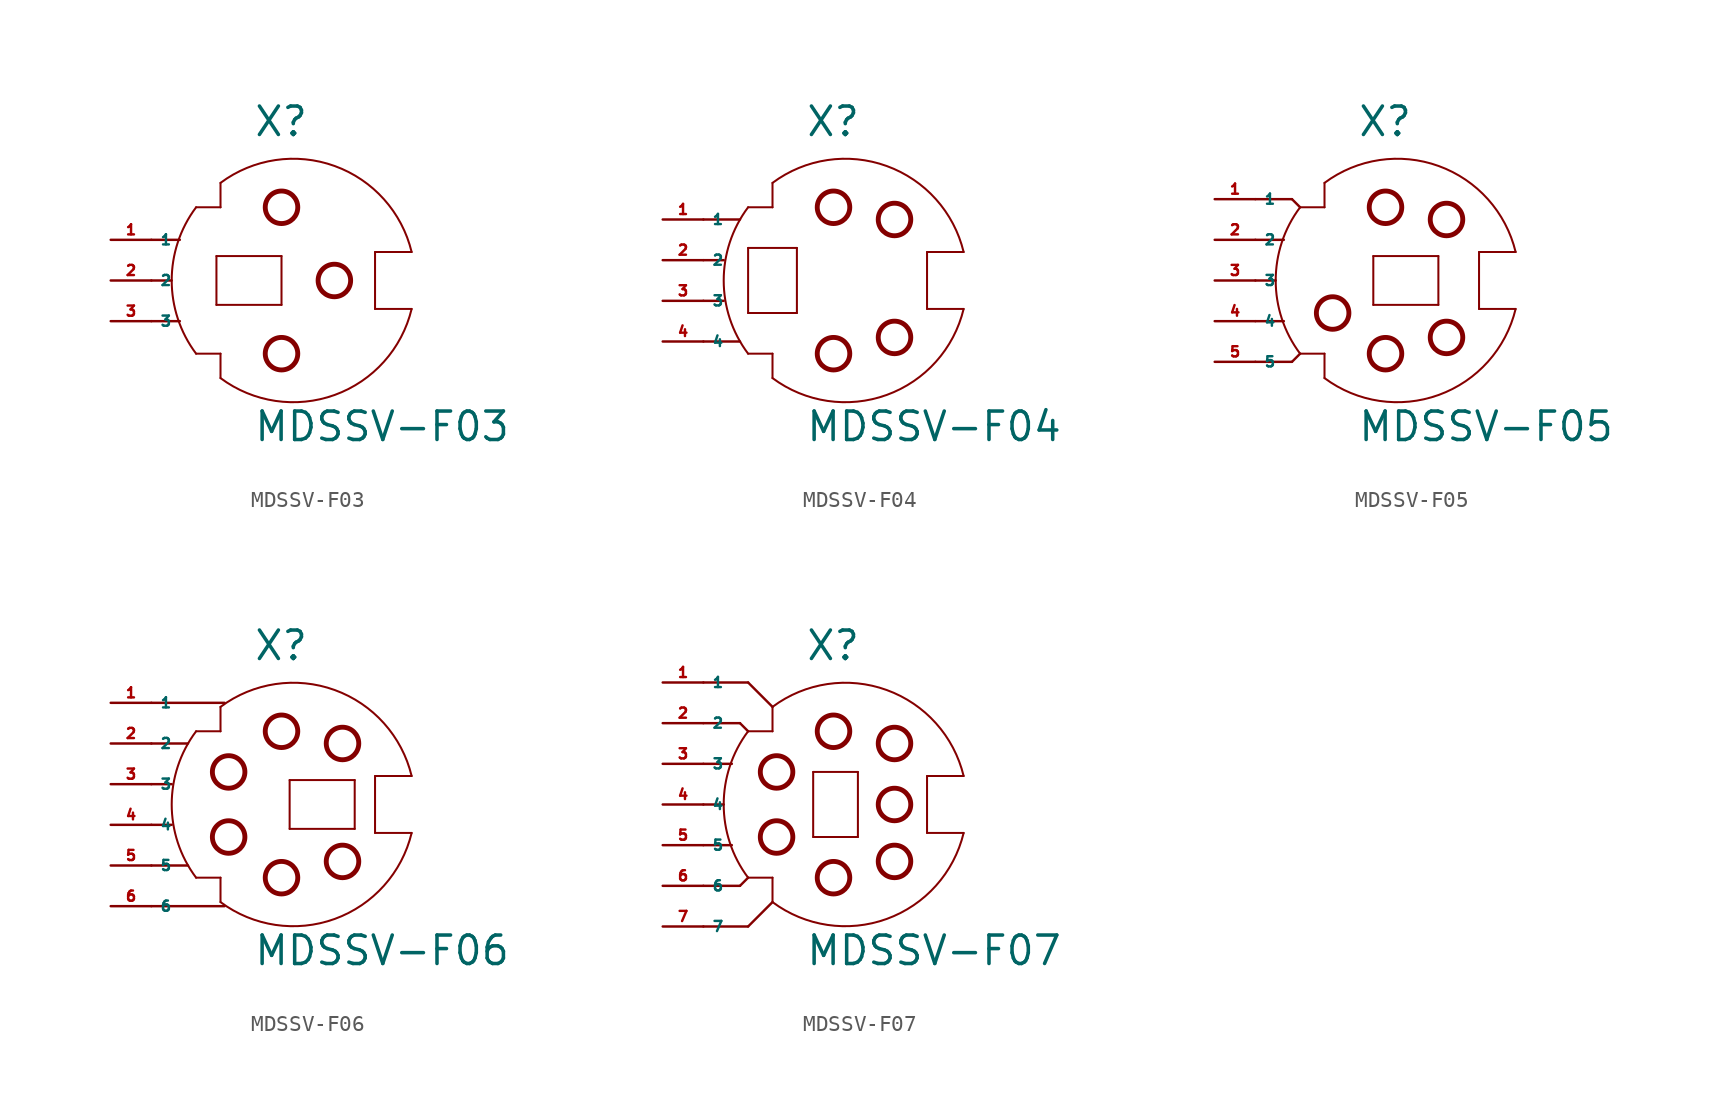
<source format=kicad_sym>
(kicad_symbol_lib
  (version 20220914)
  (generator Eagle2Kicad)
  (symbol "MDSSV-F03"
    (property "Reference" "X"
      (at -1.27 8.89 0)
      (effects (font (size 1.778 1.778) (thickness 0.22)) (justify left bottom)))
    (property "Value" "MDSSV-F03"
      (at -1.27 -10.16 0)
      (effects (font (size 1.778 1.778) (thickness 0.22)) (justify left bottom)))
    (polyline
      (pts (xy 6.35 -1.778) (xy 8.636 -1.778))
      (stroke (width 0.127) (type default))
      (fill (type none)))
    (polyline
      (pts (xy 6.35 -1.778) (xy 6.35 1.778))
      (stroke (width 0.127) (type default))
      (fill (type none)))
    (polyline
      (pts (xy 6.35 1.778) (xy 8.636 1.778))
      (stroke (width 0.127) (type default))
      (fill (type none)))
    (polyline
      (pts (xy -3.302 6.096) (xy -3.302 4.572))
      (stroke (width 0.127) (type default))
      (fill (type none)))
    (polyline
      (pts (xy -3.302 4.572) (xy -4.826 4.572))
      (stroke (width 0.127) (type default))
      (fill (type none)))
    (polyline
      (pts (xy -4.826 -4.572) (xy -3.302 -4.572))
      (stroke (width 0.127) (type default))
      (fill (type none)))
    (polyline
      (pts (xy -3.302 -4.572) (xy -3.302 -6.096))
      (stroke (width 0.127) (type default))
      (fill (type none)))
    (arc
      (start -4.826 4.572)
      (mid -6.350 0.000)
      (end -4.826 -4.572)
      (stroke (width 0.127) (type default))
      (fill (type none)))
    (arc
      (start 8.6357 1.778)
      (mid 3.829 7.150)
      (end -3.302 6.096)
      (stroke (width 0.127) (type default))
      (fill (type none)))
    (polyline
      (pts (xy 0.508 1.524) (xy 0.508 -1.524))
      (stroke (width 0.127) (type default))
      (fill (type none)))
    (polyline
      (pts (xy 0.508 -1.524) (xy -3.556 -1.524))
      (stroke (width 0.127) (type default))
      (fill (type none)))
    (polyline
      (pts (xy -3.556 -1.524) (xy -3.556 1.524))
      (stroke (width 0.127) (type default))
      (fill (type none)))
    (polyline
      (pts (xy -3.556 1.524) (xy 0.508 1.524))
      (stroke (width 0.127) (type default))
      (fill (type none)))
    (polyline
      (pts (xy -7.62 0) (xy -6.35 0))
      (stroke (width 0.152) (type default))
      (fill (type none)))
    (polyline
      (pts (xy -7.62 2.54) (xy -5.842 2.54))
      (stroke (width 0.152) (type default))
      (fill (type none)))
    (polyline
      (pts (xy -7.62 -2.54) (xy -5.842 -2.54))
      (stroke (width 0.152) (type default))
      (fill (type none)))
    (arc
      (start -3.302 -6.096)
      (mid 3.829 -7.150)
      (end 8.6357 -1.778)
      (stroke (width 0.127) (type default))
      (fill (type none)))
    (circle
      (center 0.508 4.572)
      (radius 1.016)
      (stroke (width 0.305) (type default))
      (fill (type none)))
    (circle
      (center 3.81 0)
      (radius 1.016)
      (stroke (width 0.305) (type default))
      (fill (type none)))
    (circle
      (center 0.508 -4.572)
      (radius 1.016)
      (stroke (width 0.305) (type default))
      (fill (type none)))
    (pin passive line
      (at -10.16 2.54 0)
      (length 2.54)
      (name "1" (effects (font (size 0.635 0.635) (thickness 0.08)) (justify left bottom)))
      (number "1" (effects (font (size 0.635 0.635) (thickness 0.08)) (justify left bottom))))
    (pin passive line
      (at -10.16 0 0)
      (length 2.54)
      (name "2" (effects (font (size 0.635 0.635) (thickness 0.08)) (justify left bottom)))
      (number "2" (effects (font (size 0.635 0.635) (thickness 0.08)) (justify left bottom))))
    (pin passive line
      (at -10.16 -2.54 0)
      (length 2.54)
      (name "3" (effects (font (size 0.635 0.635) (thickness 0.08)) (justify left bottom)))
      (number "3" (effects (font (size 0.635 0.635) (thickness 0.08)) (justify left bottom)))))
  (symbol "MDSSV-F04"
    (property "Reference" "X"
      (at -1.27 10.16 0)
      (effects (font (size 1.778 1.778) (thickness 0.22)) (justify left bottom)))
    (property "Value" "MDSSV-F04"
      (at -1.27 -8.89 0)
      (effects (font (size 1.778 1.778) (thickness 0.22)) (justify left bottom)))
    (polyline
      (pts (xy 6.35 -0.508) (xy 8.636 -0.508))
      (stroke (width 0.127) (type default))
      (fill (type none)))
    (polyline
      (pts (xy 6.35 -0.508) (xy 6.35 3.048))
      (stroke (width 0.127) (type default))
      (fill (type none)))
    (polyline
      (pts (xy 6.35 3.048) (xy 8.636 3.048))
      (stroke (width 0.127) (type default))
      (fill (type none)))
    (polyline
      (pts (xy -3.302 7.366) (xy -3.302 5.842))
      (stroke (width 0.127) (type default))
      (fill (type none)))
    (polyline
      (pts (xy -3.302 5.842) (xy -4.826 5.842))
      (stroke (width 0.127) (type default))
      (fill (type none)))
    (polyline
      (pts (xy -4.826 -3.302) (xy -3.302 -3.302))
      (stroke (width 0.127) (type default))
      (fill (type none)))
    (polyline
      (pts (xy -3.302 -3.302) (xy -3.302 -4.826))
      (stroke (width 0.127) (type default))
      (fill (type none)))
    (arc
      (start -4.826 5.842)
      (mid -6.350 1.270)
      (end -4.826 -3.302)
      (stroke (width 0.127) (type default))
      (fill (type none)))
    (arc
      (start 8.6357 3.048)
      (mid 3.829 8.420)
      (end -3.302 7.366)
      (stroke (width 0.127) (type default))
      (fill (type none)))
    (polyline
      (pts (xy -1.778 -0.762) (xy -4.826 -0.762))
      (stroke (width 0.127) (type default))
      (fill (type none)))
    (polyline
      (pts (xy -4.826 -0.762) (xy -4.826 3.302))
      (stroke (width 0.127) (type default))
      (fill (type none)))
    (polyline
      (pts (xy -4.826 3.302) (xy -1.778 3.302))
      (stroke (width 0.127) (type default))
      (fill (type none)))
    (polyline
      (pts (xy -1.778 3.302) (xy -1.778 -0.762))
      (stroke (width 0.127) (type default))
      (fill (type none)))
    (polyline
      (pts (xy -7.62 0) (xy -6.35 0))
      (stroke (width 0.152) (type default))
      (fill (type none)))
    (polyline
      (pts (xy -7.62 2.54) (xy -6.35 2.54))
      (stroke (width 0.152) (type default))
      (fill (type none)))
    (polyline
      (pts (xy -7.62 -2.54) (xy -5.334 -2.54))
      (stroke (width 0.152) (type default))
      (fill (type none)))
    (polyline
      (pts (xy -7.62 5.08) (xy -5.334 5.08))
      (stroke (width 0.152) (type default))
      (fill (type none)))
    (arc
      (start -3.302 -4.826)
      (mid 3.829 -5.880)
      (end 8.6357 -0.508)
      (stroke (width 0.127) (type default))
      (fill (type none)))
    (circle
      (center 0.508 5.842)
      (radius 1.016)
      (stroke (width 0.305) (type default))
      (fill (type none)))
    (circle
      (center 4.318 5.08)
      (radius 1.016)
      (stroke (width 0.305) (type default))
      (fill (type none)))
    (circle
      (center 0.508 -3.302)
      (radius 1.016)
      (stroke (width 0.305) (type default))
      (fill (type none)))
    (circle
      (center 4.318 -2.286)
      (radius 1.016)
      (stroke (width 0.305) (type default))
      (fill (type none)))
    (pin passive line
      (at -10.16 5.08 0)
      (length 2.54)
      (name "1" (effects (font (size 0.635 0.635) (thickness 0.08)) (justify left bottom)))
      (number "1" (effects (font (size 0.635 0.635) (thickness 0.08)) (justify left bottom))))
    (pin passive line
      (at -10.16 2.54 0)
      (length 2.54)
      (name "2" (effects (font (size 0.635 0.635) (thickness 0.08)) (justify left bottom)))
      (number "2" (effects (font (size 0.635 0.635) (thickness 0.08)) (justify left bottom))))
    (pin passive line
      (at -10.16 0 0)
      (length 2.54)
      (name "3" (effects (font (size 0.635 0.635) (thickness 0.08)) (justify left bottom)))
      (number "3" (effects (font (size 0.635 0.635) (thickness 0.08)) (justify left bottom))))
    (pin passive line
      (at -10.16 -2.54 0)
      (length 2.54)
      (name "4" (effects (font (size 0.635 0.635) (thickness 0.08)) (justify left bottom)))
      (number "4" (effects (font (size 0.635 0.635) (thickness 0.08)) (justify left bottom)))))
  (symbol "MDSSV-F05"
    (property "Reference" "X"
      (at -1.27 8.89 0)
      (effects (font (size 1.778 1.778) (thickness 0.22)) (justify left bottom)))
    (property "Value" "MDSSV-F05"
      (at -1.27 -10.16 0)
      (effects (font (size 1.778 1.778) (thickness 0.22)) (justify left bottom)))
    (polyline
      (pts (xy 6.35 -1.778) (xy 8.636 -1.778))
      (stroke (width 0.127) (type default))
      (fill (type none)))
    (polyline
      (pts (xy 6.35 -1.778) (xy 6.35 1.778))
      (stroke (width 0.127) (type default))
      (fill (type none)))
    (polyline
      (pts (xy 6.35 1.778) (xy 8.636 1.778))
      (stroke (width 0.127) (type default))
      (fill (type none)))
    (polyline
      (pts (xy -3.302 6.096) (xy -3.302 4.572))
      (stroke (width 0.127) (type default))
      (fill (type none)))
    (polyline
      (pts (xy -3.302 4.572) (xy -4.826 4.572))
      (stroke (width 0.127) (type default))
      (fill (type none)))
    (polyline
      (pts (xy -4.826 -4.572) (xy -3.302 -4.572))
      (stroke (width 0.127) (type default))
      (fill (type none)))
    (polyline
      (pts (xy -3.302 -4.572) (xy -3.302 -6.096))
      (stroke (width 0.127) (type default))
      (fill (type none)))
    (arc
      (start -4.826 4.572)
      (mid -6.350 0.000)
      (end -4.826 -4.572)
      (stroke (width 0.127) (type default))
      (fill (type none)))
    (arc
      (start 8.6357 1.778)
      (mid 3.829 7.150)
      (end -3.302 6.096)
      (stroke (width 0.127) (type default))
      (fill (type none)))
    (polyline
      (pts (xy -0.254 -1.524) (xy -0.254 1.524))
      (stroke (width 0.127) (type default))
      (fill (type none)))
    (polyline
      (pts (xy -0.254 1.524) (xy 3.81 1.524))
      (stroke (width 0.127) (type default))
      (fill (type none)))
    (polyline
      (pts (xy 3.81 1.524) (xy 3.81 -1.524))
      (stroke (width 0.127) (type default))
      (fill (type none)))
    (polyline
      (pts (xy 3.81 -1.524) (xy -0.254 -1.524))
      (stroke (width 0.127) (type default))
      (fill (type none)))
    (polyline
      (pts (xy -7.62 0) (xy -6.35 0))
      (stroke (width 0.152) (type default))
      (fill (type none)))
    (polyline
      (pts (xy -7.62 2.54) (xy -5.842 2.54))
      (stroke (width 0.152) (type default))
      (fill (type none)))
    (polyline
      (pts (xy -7.62 -2.54) (xy -5.842 -2.54))
      (stroke (width 0.152) (type default))
      (fill (type none)))
    (polyline
      (pts (xy -7.62 5.08) (xy -5.334 5.08))
      (stroke (width 0.152) (type default))
      (fill (type none)))
    (polyline
      (pts (xy -5.334 5.08) (xy -4.826 4.572))
      (stroke (width 0.152) (type default))
      (fill (type none)))
    (polyline
      (pts (xy -7.62 -5.08) (xy -5.334 -5.08))
      (stroke (width 0.152) (type default))
      (fill (type none)))
    (polyline
      (pts (xy -5.334 -5.08) (xy -4.826 -4.572))
      (stroke (width 0.152) (type default))
      (fill (type none)))
    (arc
      (start -3.302 -6.096)
      (mid 3.829 -7.150)
      (end 8.6357 -1.778)
      (stroke (width 0.127) (type default))
      (fill (type none)))
    (circle
      (center 0.508 4.572)
      (radius 1.016)
      (stroke (width 0.305) (type default))
      (fill (type none)))
    (circle
      (center 4.318 3.81)
      (radius 1.016)
      (stroke (width 0.305) (type default))
      (fill (type none)))
    (circle
      (center 0.508 -4.572)
      (radius 1.016)
      (stroke (width 0.305) (type default))
      (fill (type none)))
    (circle
      (center 4.318 -3.556)
      (radius 1.016)
      (stroke (width 0.305) (type default))
      (fill (type none)))
    (circle
      (center -2.794 -2.032)
      (radius 1.016)
      (stroke (width 0.305) (type default))
      (fill (type none)))
    (pin passive line
      (at -10.16 5.08 0)
      (length 2.54)
      (name "1" (effects (font (size 0.635 0.635) (thickness 0.08)) (justify left bottom)))
      (number "1" (effects (font (size 0.635 0.635) (thickness 0.08)) (justify left bottom))))
    (pin passive line
      (at -10.16 2.54 0)
      (length 2.54)
      (name "2" (effects (font (size 0.635 0.635) (thickness 0.08)) (justify left bottom)))
      (number "2" (effects (font (size 0.635 0.635) (thickness 0.08)) (justify left bottom))))
    (pin passive line
      (at -10.16 0 0)
      (length 2.54)
      (name "3" (effects (font (size 0.635 0.635) (thickness 0.08)) (justify left bottom)))
      (number "3" (effects (font (size 0.635 0.635) (thickness 0.08)) (justify left bottom))))
    (pin passive line
      (at -10.16 -2.54 0)
      (length 2.54)
      (name "4" (effects (font (size 0.635 0.635) (thickness 0.08)) (justify left bottom)))
      (number "4" (effects (font (size 0.635 0.635) (thickness 0.08)) (justify left bottom))))
    (pin passive line
      (at -10.16 -5.08 0)
      (length 2.54)
      (name "5" (effects (font (size 0.635 0.635) (thickness 0.08)) (justify left bottom)))
      (number "5" (effects (font (size 0.635 0.635) (thickness 0.08)) (justify left bottom)))))
  (symbol "MDSSV-F06"
    (property "Reference" "X"
      (at -1.27 10.16 0)
      (effects (font (size 1.778 1.778) (thickness 0.22)) (justify left bottom)))
    (property "Value" "MDSSV-F06"
      (at -1.27 -8.89 0)
      (effects (font (size 1.778 1.778) (thickness 0.22)) (justify left bottom)))
    (polyline
      (pts (xy 6.35 -0.508) (xy 6.35 3.048))
      (stroke (width 0.127) (type default))
      (fill (type none)))
    (polyline
      (pts (xy 6.35 3.048) (xy 8.636 3.048))
      (stroke (width 0.127) (type default))
      (fill (type none)))
    (polyline
      (pts (xy -3.302 7.366) (xy -3.302 5.842))
      (stroke (width 0.127) (type default))
      (fill (type none)))
    (polyline
      (pts (xy -3.302 5.842) (xy -4.826 5.842))
      (stroke (width 0.127) (type default))
      (fill (type none)))
    (polyline
      (pts (xy -4.826 -3.302) (xy -3.302 -3.302))
      (stroke (width 0.127) (type default))
      (fill (type none)))
    (polyline
      (pts (xy -3.302 -3.302) (xy -3.302 -4.826))
      (stroke (width 0.127) (type default))
      (fill (type none)))
    (arc
      (start -4.826 5.842)
      (mid -6.350 1.270)
      (end -4.826 -3.302)
      (stroke (width 0.127) (type default))
      (fill (type none)))
    (arc
      (start 8.6357 3.048)
      (mid 3.829 8.420)
      (end -3.302 7.366)
      (stroke (width 0.127) (type default))
      (fill (type none)))
    (polyline
      (pts (xy 1.016 -0.254) (xy 1.016 2.794))
      (stroke (width 0.127) (type default))
      (fill (type none)))
    (polyline
      (pts (xy 1.016 2.794) (xy 5.08 2.794))
      (stroke (width 0.127) (type default))
      (fill (type none)))
    (polyline
      (pts (xy 5.08 2.794) (xy 5.08 -0.254))
      (stroke (width 0.127) (type default))
      (fill (type none)))
    (polyline
      (pts (xy 5.08 -0.254) (xy 1.016 -0.254))
      (stroke (width 0.127) (type default))
      (fill (type none)))
    (polyline
      (pts (xy -7.62 0) (xy -6.35 0))
      (stroke (width 0.152) (type default))
      (fill (type none)))
    (polyline
      (pts (xy -7.62 2.54) (xy -6.35 2.54))
      (stroke (width 0.152) (type default))
      (fill (type none)))
    (polyline
      (pts (xy -7.62 -2.54) (xy -5.334 -2.54))
      (stroke (width 0.152) (type default))
      (fill (type none)))
    (polyline
      (pts (xy -7.62 5.08) (xy -5.334 5.08))
      (stroke (width 0.152) (type default))
      (fill (type none)))
    (polyline
      (pts (xy -7.62 -5.08) (xy -3.048 -5.08))
      (stroke (width 0.152) (type default))
      (fill (type none)))
    (polyline
      (pts (xy -7.62 7.62) (xy -3.048 7.62))
      (stroke (width 0.152) (type default))
      (fill (type none)))
    (polyline
      (pts (xy 6.35 -0.508) (xy 8.636 -0.508))
      (stroke (width 0.127) (type default))
      (fill (type none)))
    (arc
      (start -3.302 -4.826)
      (mid 3.829 -5.880)
      (end 8.6357 -0.508)
      (stroke (width 0.127) (type default))
      (fill (type none)))
    (circle
      (center 0.508 5.842)
      (radius 1.016)
      (stroke (width 0.305) (type default))
      (fill (type none)))
    (circle
      (center 4.318 5.08)
      (radius 1.016)
      (stroke (width 0.305) (type default))
      (fill (type none)))
    (circle
      (center 0.508 -3.302)
      (radius 1.016)
      (stroke (width 0.305) (type default))
      (fill (type none)))
    (circle
      (center 4.318 -2.286)
      (radius 1.016)
      (stroke (width 0.305) (type default))
      (fill (type none)))
    (circle
      (center -2.794 3.302)
      (radius 1.016)
      (stroke (width 0.305) (type default))
      (fill (type none)))
    (circle
      (center -2.794 -0.762)
      (radius 1.016)
      (stroke (width 0.305) (type default))
      (fill (type none)))
    (pin passive line
      (at -10.16 7.62 0)
      (length 2.54)
      (name "1" (effects (font (size 0.635 0.635) (thickness 0.08)) (justify left bottom)))
      (number "1" (effects (font (size 0.635 0.635) (thickness 0.08)) (justify left bottom))))
    (pin passive line
      (at -10.16 5.08 0)
      (length 2.54)
      (name "2" (effects (font (size 0.635 0.635) (thickness 0.08)) (justify left bottom)))
      (number "2" (effects (font (size 0.635 0.635) (thickness 0.08)) (justify left bottom))))
    (pin passive line
      (at -10.16 2.54 0)
      (length 2.54)
      (name "3" (effects (font (size 0.635 0.635) (thickness 0.08)) (justify left bottom)))
      (number "3" (effects (font (size 0.635 0.635) (thickness 0.08)) (justify left bottom))))
    (pin passive line
      (at -10.16 0 0)
      (length 2.54)
      (name "4" (effects (font (size 0.635 0.635) (thickness 0.08)) (justify left bottom)))
      (number "4" (effects (font (size 0.635 0.635) (thickness 0.08)) (justify left bottom))))
    (pin passive line
      (at -10.16 -2.54 0)
      (length 2.54)
      (name "5" (effects (font (size 0.635 0.635) (thickness 0.08)) (justify left bottom)))
      (number "5" (effects (font (size 0.635 0.635) (thickness 0.08)) (justify left bottom))))
    (pin passive line
      (at -10.16 -5.08 0)
      (length 2.54)
      (name "6" (effects (font (size 0.635 0.635) (thickness 0.08)) (justify left bottom)))
      (number "6" (effects (font (size 0.635 0.635) (thickness 0.08)) (justify left bottom)))))
  (symbol "MDSSV-F07"
    (property "Reference" "X"
      (at -1.27 8.89 0)
      (effects (font (size 1.778 1.778) (thickness 0.22)) (justify left bottom)))
    (property "Value" "MDSSV-F07"
      (at -1.27 -10.16 0)
      (effects (font (size 1.778 1.778) (thickness 0.22)) (justify left bottom)))
    (polyline
      (pts (xy 6.35 -1.778) (xy 6.35 1.778))
      (stroke (width 0.127) (type default))
      (fill (type none)))
    (polyline
      (pts (xy 6.35 1.778) (xy 8.636 1.778))
      (stroke (width 0.127) (type default))
      (fill (type none)))
    (polyline
      (pts (xy -3.302 6.096) (xy -3.302 4.572))
      (stroke (width 0.127) (type default))
      (fill (type none)))
    (polyline
      (pts (xy -3.302 4.572) (xy -4.826 4.572))
      (stroke (width 0.127) (type default))
      (fill (type none)))
    (polyline
      (pts (xy -4.826 -4.572) (xy -3.302 -4.572))
      (stroke (width 0.127) (type default))
      (fill (type none)))
    (polyline
      (pts (xy -3.302 -4.572) (xy -3.302 -6.096))
      (stroke (width 0.127) (type default))
      (fill (type none)))
    (arc
      (start -4.826 4.572)
      (mid -6.350 0.000)
      (end -4.826 -4.572)
      (stroke (width 0.127) (type default))
      (fill (type none)))
    (arc
      (start 8.6357 1.778)
      (mid 3.829 7.150)
      (end -3.302 6.096)
      (stroke (width 0.127) (type default))
      (fill (type none)))
    (polyline
      (pts (xy 2.032 -2.032) (xy -0.762 -2.032))
      (stroke (width 0.127) (type default))
      (fill (type none)))
    (polyline
      (pts (xy -0.762 -2.032) (xy -0.762 2.032))
      (stroke (width 0.127) (type default))
      (fill (type none)))
    (polyline
      (pts (xy -0.762 2.032) (xy 2.032 2.032))
      (stroke (width 0.127) (type default))
      (fill (type none)))
    (polyline
      (pts (xy 2.032 2.032) (xy 2.032 -2.032))
      (stroke (width 0.127) (type default))
      (fill (type none)))
    (polyline
      (pts (xy -7.62 0) (xy -6.35 0))
      (stroke (width 0.152) (type default))
      (fill (type none)))
    (polyline
      (pts (xy -7.62 2.54) (xy -5.842 2.54))
      (stroke (width 0.152) (type default))
      (fill (type none)))
    (polyline
      (pts (xy -7.62 -2.54) (xy -5.842 -2.54))
      (stroke (width 0.152) (type default))
      (fill (type none)))
    (polyline
      (pts (xy -7.62 5.08) (xy -5.334 5.08))
      (stroke (width 0.152) (type default))
      (fill (type none)))
    (polyline
      (pts (xy -5.334 5.08) (xy -4.826 4.572))
      (stroke (width 0.152) (type default))
      (fill (type none)))
    (polyline
      (pts (xy -7.62 -5.08) (xy -5.334 -5.08))
      (stroke (width 0.152) (type default))
      (fill (type none)))
    (polyline
      (pts (xy -5.334 -5.08) (xy -4.826 -4.572))
      (stroke (width 0.152) (type default))
      (fill (type none)))
    (polyline
      (pts (xy -7.62 -7.62) (xy -4.826 -7.62))
      (stroke (width 0.152) (type default))
      (fill (type none)))
    (polyline
      (pts (xy -4.826 -7.62) (xy -3.302 -6.096))
      (stroke (width 0.152) (type default))
      (fill (type none)))
    (polyline
      (pts (xy -7.62 7.62) (xy -4.826 7.62))
      (stroke (width 0.152) (type default))
      (fill (type none)))
    (polyline
      (pts (xy -4.826 7.62) (xy -3.302 6.096))
      (stroke (width 0.152) (type default))
      (fill (type none)))
    (polyline
      (pts (xy 6.35 -1.778) (xy 8.636 -1.778))
      (stroke (width 0.127) (type default))
      (fill (type none)))
    (arc
      (start -3.302 -6.096)
      (mid 3.829 -7.150)
      (end 8.6357 -1.778)
      (stroke (width 0.127) (type default))
      (fill (type none)))
    (circle
      (center 0.508 4.572)
      (radius 1.016)
      (stroke (width 0.305) (type default))
      (fill (type none)))
    (circle
      (center 4.318 3.81)
      (radius 1.016)
      (stroke (width 0.305) (type default))
      (fill (type none)))
    (circle
      (center 0.508 -4.572)
      (radius 1.016)
      (stroke (width 0.305) (type default))
      (fill (type none)))
    (circle
      (center 4.318 -3.556)
      (radius 1.016)
      (stroke (width 0.305) (type default))
      (fill (type none)))
    (circle
      (center -3.048 2.032)
      (radius 1.016)
      (stroke (width 0.305) (type default))
      (fill (type none)))
    (circle
      (center -3.048 -2.032)
      (radius 1.016)
      (stroke (width 0.305) (type default))
      (fill (type none)))
    (circle
      (center 4.318 0)
      (radius 1.016)
      (stroke (width 0.305) (type default))
      (fill (type none)))
    (pin passive line
      (at -10.16 7.62 0)
      (length 2.54)
      (name "1" (effects (font (size 0.635 0.635) (thickness 0.08)) (justify left bottom)))
      (number "1" (effects (font (size 0.635 0.635) (thickness 0.08)) (justify left bottom))))
    (pin passive line
      (at -10.16 5.08 0)
      (length 2.54)
      (name "2" (effects (font (size 0.635 0.635) (thickness 0.08)) (justify left bottom)))
      (number "2" (effects (font (size 0.635 0.635) (thickness 0.08)) (justify left bottom))))
    (pin passive line
      (at -10.16 2.54 0)
      (length 2.54)
      (name "3" (effects (font (size 0.635 0.635) (thickness 0.08)) (justify left bottom)))
      (number "3" (effects (font (size 0.635 0.635) (thickness 0.08)) (justify left bottom))))
    (pin passive line
      (at -10.16 0 0)
      (length 2.54)
      (name "4" (effects (font (size 0.635 0.635) (thickness 0.08)) (justify left bottom)))
      (number "4" (effects (font (size 0.635 0.635) (thickness 0.08)) (justify left bottom))))
    (pin passive line
      (at -10.16 -2.54 0)
      (length 2.54)
      (name "5" (effects (font (size 0.635 0.635) (thickness 0.08)) (justify left bottom)))
      (number "5" (effects (font (size 0.635 0.635) (thickness 0.08)) (justify left bottom))))
    (pin passive line
      (at -10.16 -5.08 0)
      (length 2.54)
      (name "6" (effects (font (size 0.635 0.635) (thickness 0.08)) (justify left bottom)))
      (number "6" (effects (font (size 0.635 0.635) (thickness 0.08)) (justify left bottom))))
    (pin passive line
      (at -10.16 -7.62 0)
      (length 2.54)
      (name "7" (effects (font (size 0.635 0.635) (thickness 0.08)) (justify left bottom)))
      (number "7" (effects (font (size 0.635 0.635) (thickness 0.08)) (justify left bottom))))))
</source>
